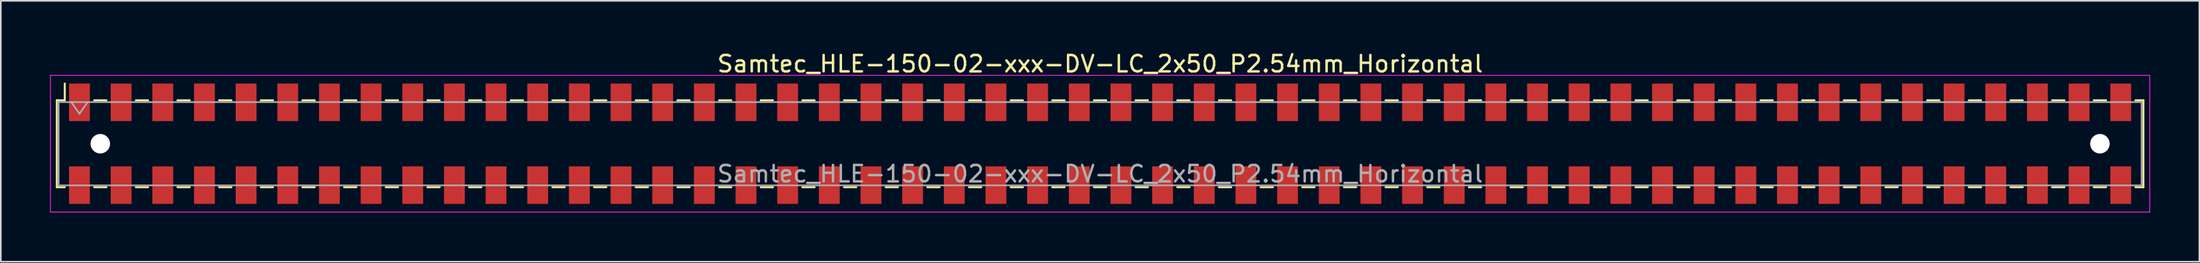
<source format=kicad_pcb>
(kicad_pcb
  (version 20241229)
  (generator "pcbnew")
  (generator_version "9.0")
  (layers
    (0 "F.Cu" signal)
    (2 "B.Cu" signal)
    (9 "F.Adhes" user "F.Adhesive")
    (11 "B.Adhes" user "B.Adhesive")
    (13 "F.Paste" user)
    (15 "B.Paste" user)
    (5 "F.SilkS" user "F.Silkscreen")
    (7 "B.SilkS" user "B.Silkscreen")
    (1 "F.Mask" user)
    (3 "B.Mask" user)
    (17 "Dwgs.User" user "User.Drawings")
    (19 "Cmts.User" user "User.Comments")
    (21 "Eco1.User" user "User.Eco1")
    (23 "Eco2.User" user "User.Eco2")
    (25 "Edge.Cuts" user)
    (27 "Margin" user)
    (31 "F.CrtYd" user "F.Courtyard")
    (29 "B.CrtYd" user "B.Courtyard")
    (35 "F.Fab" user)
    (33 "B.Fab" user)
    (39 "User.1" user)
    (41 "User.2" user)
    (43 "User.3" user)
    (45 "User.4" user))
  (footprint "Samtec_HLE-150-02-xxx-DV-LC_2x50_P2.54mm_Horizontal"
    (layer "F.Cu")
    (at 64.025 5.718)
    (property "Reference" "Samtec_HLE-150-02-xxx-DV-LC_2x50_P2.54mm_Horizontal" (at 0 -4.87 0) (layer "F.SilkS") (effects (font (size 1 1) (thickness 0.15))))
    (attr smd)
    (fp_line (start -63.61 -2.65) (end -63.61 2.65) (stroke (width 0.12) (type solid)) (layer "F.SilkS"))
    (fp_line (start -63.61 2.65) (end -63.125 2.65) (stroke (width 0.12) (type solid)) (layer "F.SilkS"))
    (fp_line (start -63.125 -3.67) (end -63.125 -2.65) (stroke (width 0.12) (type solid)) (layer "F.SilkS"))
    (fp_line (start -63.125 -2.65) (end -63.61 -2.65) (stroke (width 0.12) (type solid)) (layer "F.SilkS"))
    (fp_line (start -61.335 -2.65) (end -60.585 -2.65) (stroke (width 0.12) (type solid)) (layer "F.SilkS"))
    (fp_line (start -61.335 2.65) (end -60.585 2.65) (stroke (width 0.12) (type solid)) (layer "F.SilkS"))
    (fp_line (start -58.795 -2.65) (end -58.045 -2.65) (stroke (width 0.12) (type solid)) (layer "F.SilkS"))
    (fp_line (start -58.795 2.65) (end -58.045 2.65) (stroke (width 0.12) (type solid)) (layer "F.SilkS"))
    (fp_line (start -56.255 -2.65) (end -55.505 -2.65) (stroke (width 0.12) (type solid)) (layer "F.SilkS"))
    (fp_line (start -56.255 2.65) (end -55.505 2.65) (stroke (width 0.12) (type solid)) (layer "F.SilkS"))
    (fp_line (start -53.715 -2.65) (end -52.965 -2.65) (stroke (width 0.12) (type solid)) (layer "F.SilkS"))
    (fp_line (start -53.715 2.65) (end -52.965 2.65) (stroke (width 0.12) (type solid)) (layer "F.SilkS"))
    (fp_line (start -51.175 -2.65) (end -50.425 -2.65) (stroke (width 0.12) (type solid)) (layer "F.SilkS"))
    (fp_line (start -51.175 2.65) (end -50.425 2.65) (stroke (width 0.12) (type solid)) (layer "F.SilkS"))
    (fp_line (start -48.635 -2.65) (end -47.885 -2.65) (stroke (width 0.12) (type solid)) (layer "F.SilkS"))
    (fp_line (start -48.635 2.65) (end -47.885 2.65) (stroke (width 0.12) (type solid)) (layer "F.SilkS"))
    (fp_line (start -46.095 -2.65) (end -45.345 -2.65) (stroke (width 0.12) (type solid)) (layer "F.SilkS"))
    (fp_line (start -46.095 2.65) (end -45.345 2.65) (stroke (width 0.12) (type solid)) (layer "F.SilkS"))
    (fp_line (start -43.555 -2.65) (end -42.805 -2.65) (stroke (width 0.12) (type solid)) (layer "F.SilkS"))
    (fp_line (start -43.555 2.65) (end -42.805 2.65) (stroke (width 0.12) (type solid)) (layer "F.SilkS"))
    (fp_line (start -41.015 -2.65) (end -40.265 -2.65) (stroke (width 0.12) (type solid)) (layer "F.SilkS"))
    (fp_line (start -41.015 2.65) (end -40.265 2.65) (stroke (width 0.12) (type solid)) (layer "F.SilkS"))
    (fp_line (start -38.475 -2.65) (end -37.725 -2.65) (stroke (width 0.12) (type solid)) (layer "F.SilkS"))
    (fp_line (start -38.475 2.65) (end -37.725 2.65) (stroke (width 0.12) (type solid)) (layer "F.SilkS"))
    (fp_line (start -35.935 -2.65) (end -35.185 -2.65) (stroke (width 0.12) (type solid)) (layer "F.SilkS"))
    (fp_line (start -35.935 2.65) (end -35.185 2.65) (stroke (width 0.12) (type solid)) (layer "F.SilkS"))
    (fp_line (start -33.395 -2.65) (end -32.645 -2.65) (stroke (width 0.12) (type solid)) (layer "F.SilkS"))
    (fp_line (start -33.395 2.65) (end -32.645 2.65) (stroke (width 0.12) (type solid)) (layer "F.SilkS"))
    (fp_line (start -30.855 -2.65) (end -30.105 -2.65) (stroke (width 0.12) (type solid)) (layer "F.SilkS"))
    (fp_line (start -30.855 2.65) (end -30.105 2.65) (stroke (width 0.12) (type solid)) (layer "F.SilkS"))
    (fp_line (start -28.315 -2.65) (end -27.565 -2.65) (stroke (width 0.12) (type solid)) (layer "F.SilkS"))
    (fp_line (start -28.315 2.65) (end -27.565 2.65) (stroke (width 0.12) (type solid)) (layer "F.SilkS"))
    (fp_line (start -25.775 -2.65) (end -25.025 -2.65) (stroke (width 0.12) (type solid)) (layer "F.SilkS"))
    (fp_line (start -25.775 2.65) (end -25.025 2.65) (stroke (width 0.12) (type solid)) (layer "F.SilkS"))
    (fp_line (start -23.235 -2.65) (end -22.485 -2.65) (stroke (width 0.12) (type solid)) (layer "F.SilkS"))
    (fp_line (start -23.235 2.65) (end -22.485 2.65) (stroke (width 0.12) (type solid)) (layer "F.SilkS"))
    (fp_line (start -20.695 -2.65) (end -19.945 -2.65) (stroke (width 0.12) (type solid)) (layer "F.SilkS"))
    (fp_line (start -20.695 2.65) (end -19.945 2.65) (stroke (width 0.12) (type solid)) (layer "F.SilkS"))
    (fp_line (start -18.155 -2.65) (end -17.405 -2.65) (stroke (width 0.12) (type solid)) (layer "F.SilkS"))
    (fp_line (start -18.155 2.65) (end -17.405 2.65) (stroke (width 0.12) (type solid)) (layer "F.SilkS"))
    (fp_line (start -15.615 -2.65) (end -14.865 -2.65) (stroke (width 0.12) (type solid)) (layer "F.SilkS"))
    (fp_line (start -15.615 2.65) (end -14.865 2.65) (stroke (width 0.12) (type solid)) (layer "F.SilkS"))
    (fp_line (start -13.075 -2.65) (end -12.325 -2.65) (stroke (width 0.12) (type solid)) (layer "F.SilkS"))
    (fp_line (start -13.075 2.65) (end -12.325 2.65) (stroke (width 0.12) (type solid)) (layer "F.SilkS"))
    (fp_line (start -10.535 -2.65) (end -9.785 -2.65) (stroke (width 0.12) (type solid)) (layer "F.SilkS"))
    (fp_line (start -10.535 2.65) (end -9.785 2.65) (stroke (width 0.12) (type solid)) (layer "F.SilkS"))
    (fp_line (start -7.995 -2.65) (end -7.245 -2.65) (stroke (width 0.12) (type solid)) (layer "F.SilkS"))
    (fp_line (start -7.995 2.65) (end -7.245 2.65) (stroke (width 0.12) (type solid)) (layer "F.SilkS"))
    (fp_line (start -5.455 -2.65) (end -4.705 -2.65) (stroke (width 0.12) (type solid)) (layer "F.SilkS"))
    (fp_line (start -5.455 2.65) (end -4.705 2.65) (stroke (width 0.12) (type solid)) (layer "F.SilkS"))
    (fp_line (start -2.915 -2.65) (end -2.165 -2.65) (stroke (width 0.12) (type solid)) (layer "F.SilkS"))
    (fp_line (start -2.915 2.65) (end -2.165 2.65) (stroke (width 0.12) (type solid)) (layer "F.SilkS"))
    (fp_line (start -0.375 -2.65) (end 0.375 -2.65) (stroke (width 0.12) (type solid)) (layer "F.SilkS"))
    (fp_line (start -0.375 2.65) (end 0.375 2.65) (stroke (width 0.12) (type solid)) (layer "F.SilkS"))
    (fp_line (start 2.165 -2.65) (end 2.915 -2.65) (stroke (width 0.12) (type solid)) (layer "F.SilkS"))
    (fp_line (start 2.165 2.65) (end 2.915 2.65) (stroke (width 0.12) (type solid)) (layer "F.SilkS"))
    (fp_line (start 4.705 -2.65) (end 5.455 -2.65) (stroke (width 0.12) (type solid)) (layer "F.SilkS"))
    (fp_line (start 4.705 2.65) (end 5.455 2.65) (stroke (width 0.12) (type solid)) (layer "F.SilkS"))
    (fp_line (start 7.245 -2.65) (end 7.995 -2.65) (stroke (width 0.12) (type solid)) (layer "F.SilkS"))
    (fp_line (start 7.245 2.65) (end 7.995 2.65) (stroke (width 0.12) (type solid)) (layer "F.SilkS"))
    (fp_line (start 9.785 -2.65) (end 10.535 -2.65) (stroke (width 0.12) (type solid)) (layer "F.SilkS"))
    (fp_line (start 9.785 2.65) (end 10.535 2.65) (stroke (width 0.12) (type solid)) (layer "F.SilkS"))
    (fp_line (start 12.325 -2.65) (end 13.075 -2.65) (stroke (width 0.12) (type solid)) (layer "F.SilkS"))
    (fp_line (start 12.325 2.65) (end 13.075 2.65) (stroke (width 0.12) (type solid)) (layer "F.SilkS"))
    (fp_line (start 14.865 -2.65) (end 15.615 -2.65) (stroke (width 0.12) (type solid)) (layer "F.SilkS"))
    (fp_line (start 14.865 2.65) (end 15.615 2.65) (stroke (width 0.12) (type solid)) (layer "F.SilkS"))
    (fp_line (start 17.405 -2.65) (end 18.155 -2.65) (stroke (width 0.12) (type solid)) (layer "F.SilkS"))
    (fp_line (start 17.405 2.65) (end 18.155 2.65) (stroke (width 0.12) (type solid)) (layer "F.SilkS"))
    (fp_line (start 19.945 -2.65) (end 20.695 -2.65) (stroke (width 0.12) (type solid)) (layer "F.SilkS"))
    (fp_line (start 19.945 2.65) (end 20.695 2.65) (stroke (width 0.12) (type solid)) (layer "F.SilkS"))
    (fp_line (start 22.485 -2.65) (end 23.235 -2.65) (stroke (width 0.12) (type solid)) (layer "F.SilkS"))
    (fp_line (start 22.485 2.65) (end 23.235 2.65) (stroke (width 0.12) (type solid)) (layer "F.SilkS"))
    (fp_line (start 25.025 -2.65) (end 25.775 -2.65) (stroke (width 0.12) (type solid)) (layer "F.SilkS"))
    (fp_line (start 25.025 2.65) (end 25.775 2.65) (stroke (width 0.12) (type solid)) (layer "F.SilkS"))
    (fp_line (start 27.565 -2.65) (end 28.315 -2.65) (stroke (width 0.12) (type solid)) (layer "F.SilkS"))
    (fp_line (start 27.565 2.65) (end 28.315 2.65) (stroke (width 0.12) (type solid)) (layer "F.SilkS"))
    (fp_line (start 30.105 -2.65) (end 30.855 -2.65) (stroke (width 0.12) (type solid)) (layer "F.SilkS"))
    (fp_line (start 30.105 2.65) (end 30.855 2.65) (stroke (width 0.12) (type solid)) (layer "F.SilkS"))
    (fp_line (start 32.645 -2.65) (end 33.395 -2.65) (stroke (width 0.12) (type solid)) (layer "F.SilkS"))
    (fp_line (start 32.645 2.65) (end 33.395 2.65) (stroke (width 0.12) (type solid)) (layer "F.SilkS"))
    (fp_line (start 35.185 -2.65) (end 35.935 -2.65) (stroke (width 0.12) (type solid)) (layer "F.SilkS"))
    (fp_line (start 35.185 2.65) (end 35.935 2.65) (stroke (width 0.12) (type solid)) (layer "F.SilkS"))
    (fp_line (start 37.725 -2.65) (end 38.475 -2.65) (stroke (width 0.12) (type solid)) (layer "F.SilkS"))
    (fp_line (start 37.725 2.65) (end 38.475 2.65) (stroke (width 0.12) (type solid)) (layer "F.SilkS"))
    (fp_line (start 40.265 -2.65) (end 41.015 -2.65) (stroke (width 0.12) (type solid)) (layer "F.SilkS"))
    (fp_line (start 40.265 2.65) (end 41.015 2.65) (stroke (width 0.12) (type solid)) (layer "F.SilkS"))
    (fp_line (start 42.805 -2.65) (end 43.555 -2.65) (stroke (width 0.12) (type solid)) (layer "F.SilkS"))
    (fp_line (start 42.805 2.65) (end 43.555 2.65) (stroke (width 0.12) (type solid)) (layer "F.SilkS"))
    (fp_line (start 45.345 -2.65) (end 46.095 -2.65) (stroke (width 0.12) (type solid)) (layer "F.SilkS"))
    (fp_line (start 45.345 2.65) (end 46.095 2.65) (stroke (width 0.12) (type solid)) (layer "F.SilkS"))
    (fp_line (start 47.885 -2.65) (end 48.635 -2.65) (stroke (width 0.12) (type solid)) (layer "F.SilkS"))
    (fp_line (start 47.885 2.65) (end 48.635 2.65) (stroke (width 0.12) (type solid)) (layer "F.SilkS"))
    (fp_line (start 50.425 -2.65) (end 51.175 -2.65) (stroke (width 0.12) (type solid)) (layer "F.SilkS"))
    (fp_line (start 50.425 2.65) (end 51.175 2.65) (stroke (width 0.12) (type solid)) (layer "F.SilkS"))
    (fp_line (start 52.965 -2.65) (end 53.715 -2.65) (stroke (width 0.12) (type solid)) (layer "F.SilkS"))
    (fp_line (start 52.965 2.65) (end 53.715 2.65) (stroke (width 0.12) (type solid)) (layer "F.SilkS"))
    (fp_line (start 55.505 -2.65) (end 56.255 -2.65) (stroke (width 0.12) (type solid)) (layer "F.SilkS"))
    (fp_line (start 55.505 2.65) (end 56.255 2.65) (stroke (width 0.12) (type solid)) (layer "F.SilkS"))
    (fp_line (start 58.045 -2.65) (end 58.795 -2.65) (stroke (width 0.12) (type solid)) (layer "F.SilkS"))
    (fp_line (start 58.045 2.65) (end 58.795 2.65) (stroke (width 0.12) (type solid)) (layer "F.SilkS"))
    (fp_line (start 60.585 -2.65) (end 61.335 -2.65) (stroke (width 0.12) (type solid)) (layer "F.SilkS"))
    (fp_line (start 60.585 2.65) (end 61.335 2.65) (stroke (width 0.12) (type solid)) (layer "F.SilkS"))
    (fp_line (start 63.125 -2.65) (end 63.61 -2.65) (stroke (width 0.12) (type solid)) (layer "F.SilkS"))
    (fp_line (start 63.61 -2.65) (end 63.61 2.65) (stroke (width 0.12) (type solid)) (layer "F.SilkS"))
    (fp_line (start 63.61 2.65) (end 63.125 2.65) (stroke (width 0.12) (type solid)) (layer "F.SilkS"))
    (fp_line (start -64 -4.17) (end 64 -4.17) (stroke (width 0.05) (type solid)) (layer "F.CrtYd"))
    (fp_line (start -64 4.17) (end -64 -4.17) (stroke (width 0.05) (type solid)) (layer "F.CrtYd"))
    (fp_line (start 64 -4.17) (end 64 4.17) (stroke (width 0.05) (type solid)) (layer "F.CrtYd"))
    (fp_line (start 64 4.17) (end -64 4.17) (stroke (width 0.05) (type solid)) (layer "F.CrtYd"))
    (fp_line (start -63.5 -2.54) (end 63.5 -2.54) (stroke (width 0.1) (type solid)) (layer "F.Fab"))
    (fp_line (start -63.5 2.54) (end -63.5 -2.54) (stroke (width 0.1) (type solid)) (layer "F.Fab"))
    (fp_line (start -62.73 -2.54) (end -62.23 -1.833) (stroke (width 0.1) (type solid)) (layer "F.Fab"))
    (fp_line (start -62.23 -1.833) (end -61.73 -2.54) (stroke (width 0.1) (type solid)) (layer "F.Fab"))
    (fp_line (start 63.5 -2.54) (end 63.5 2.54) (stroke (width 0.1) (type solid)) (layer "F.Fab"))
    (fp_line (start 63.5 2.54) (end -63.5 2.54) (stroke (width 0.1) (type solid)) (layer "F.Fab"))
    (fp_text user "${REFERENCE}" (at 0 1.84 0) (layer "F.Fab") (effects (font (size 1 1) (thickness 0.15))))
    (pad "" np_thru_hole circle (at -60.96 0) (size 1.19 1.19) (drill 1.19) (layers "*.Cu" "*.Mask"))
    (pad "" np_thru_hole circle (at 60.96 0) (size 1.19 1.19) (drill 1.19) (layers "*.Cu" "*.Mask"))
    (pad "1" smd rect (at -62.23 -2.525) (size 1.27 2.29) (layers "F.Cu" "F.Mask" "F.Paste"))
    (pad "2" smd rect (at -62.23 2.525) (size 1.27 2.29) (layers "F.Cu" "F.Mask" "F.Paste"))
    (pad "3" smd rect (at -59.69 -2.525) (size 1.27 2.29) (layers "F.Cu" "F.Mask" "F.Paste"))
    (pad "4" smd rect (at -59.69 2.525) (size 1.27 2.29) (layers "F.Cu" "F.Mask" "F.Paste"))
    (pad "5" smd rect (at -57.15 -2.525) (size 1.27 2.29) (layers "F.Cu" "F.Mask" "F.Paste"))
    (pad "6" smd rect (at -57.15 2.525) (size 1.27 2.29) (layers "F.Cu" "F.Mask" "F.Paste"))
    (pad "7" smd rect (at -54.61 -2.525) (size 1.27 2.29) (layers "F.Cu" "F.Mask" "F.Paste"))
    (pad "8" smd rect (at -54.61 2.525) (size 1.27 2.29) (layers "F.Cu" "F.Mask" "F.Paste"))
    (pad "9" smd rect (at -52.07 -2.525) (size 1.27 2.29) (layers "F.Cu" "F.Mask" "F.Paste"))
    (pad "10" smd rect (at -52.07 2.525) (size 1.27 2.29) (layers "F.Cu" "F.Mask" "F.Paste"))
    (pad "11" smd rect (at -49.53 -2.525) (size 1.27 2.29) (layers "F.Cu" "F.Mask" "F.Paste"))
    (pad "12" smd rect (at -49.53 2.525) (size 1.27 2.29) (layers "F.Cu" "F.Mask" "F.Paste"))
    (pad "13" smd rect (at -46.99 -2.525) (size 1.27 2.29) (layers "F.Cu" "F.Mask" "F.Paste"))
    (pad "14" smd rect (at -46.99 2.525) (size 1.27 2.29) (layers "F.Cu" "F.Mask" "F.Paste"))
    (pad "15" smd rect (at -44.45 -2.525) (size 1.27 2.29) (layers "F.Cu" "F.Mask" "F.Paste"))
    (pad "16" smd rect (at -44.45 2.525) (size 1.27 2.29) (layers "F.Cu" "F.Mask" "F.Paste"))
    (pad "17" smd rect (at -41.91 -2.525) (size 1.27 2.29) (layers "F.Cu" "F.Mask" "F.Paste"))
    (pad "18" smd rect (at -41.91 2.525) (size 1.27 2.29) (layers "F.Cu" "F.Mask" "F.Paste"))
    (pad "19" smd rect (at -39.37 -2.525) (size 1.27 2.29) (layers "F.Cu" "F.Mask" "F.Paste"))
    (pad "20" smd rect (at -39.37 2.525) (size 1.27 2.29) (layers "F.Cu" "F.Mask" "F.Paste"))
    (pad "21" smd rect (at -36.83 -2.525) (size 1.27 2.29) (layers "F.Cu" "F.Mask" "F.Paste"))
    (pad "22" smd rect (at -36.83 2.525) (size 1.27 2.29) (layers "F.Cu" "F.Mask" "F.Paste"))
    (pad "23" smd rect (at -34.29 -2.525) (size 1.27 2.29) (layers "F.Cu" "F.Mask" "F.Paste"))
    (pad "24" smd rect (at -34.29 2.525) (size 1.27 2.29) (layers "F.Cu" "F.Mask" "F.Paste"))
    (pad "25" smd rect (at -31.75 -2.525) (size 1.27 2.29) (layers "F.Cu" "F.Mask" "F.Paste"))
    (pad "26" smd rect (at -31.75 2.525) (size 1.27 2.29) (layers "F.Cu" "F.Mask" "F.Paste"))
    (pad "27" smd rect (at -29.21 -2.525) (size 1.27 2.29) (layers "F.Cu" "F.Mask" "F.Paste"))
    (pad "28" smd rect (at -29.21 2.525) (size 1.27 2.29) (layers "F.Cu" "F.Mask" "F.Paste"))
    (pad "29" smd rect (at -26.67 -2.525) (size 1.27 2.29) (layers "F.Cu" "F.Mask" "F.Paste"))
    (pad "30" smd rect (at -26.67 2.525) (size 1.27 2.29) (layers "F.Cu" "F.Mask" "F.Paste"))
    (pad "31" smd rect (at -24.13 -2.525) (size 1.27 2.29) (layers "F.Cu" "F.Mask" "F.Paste"))
    (pad "32" smd rect (at -24.13 2.525) (size 1.27 2.29) (layers "F.Cu" "F.Mask" "F.Paste"))
    (pad "33" smd rect (at -21.59 -2.525) (size 1.27 2.29) (layers "F.Cu" "F.Mask" "F.Paste"))
    (pad "34" smd rect (at -21.59 2.525) (size 1.27 2.29) (layers "F.Cu" "F.Mask" "F.Paste"))
    (pad "35" smd rect (at -19.05 -2.525) (size 1.27 2.29) (layers "F.Cu" "F.Mask" "F.Paste"))
    (pad "36" smd rect (at -19.05 2.525) (size 1.27 2.29) (layers "F.Cu" "F.Mask" "F.Paste"))
    (pad "37" smd rect (at -16.51 -2.525) (size 1.27 2.29) (layers "F.Cu" "F.Mask" "F.Paste"))
    (pad "38" smd rect (at -16.51 2.525) (size 1.27 2.29) (layers "F.Cu" "F.Mask" "F.Paste"))
    (pad "39" smd rect (at -13.97 -2.525) (size 1.27 2.29) (layers "F.Cu" "F.Mask" "F.Paste"))
    (pad "40" smd rect (at -13.97 2.525) (size 1.27 2.29) (layers "F.Cu" "F.Mask" "F.Paste"))
    (pad "41" smd rect (at -11.43 -2.525) (size 1.27 2.29) (layers "F.Cu" "F.Mask" "F.Paste"))
    (pad "42" smd rect (at -11.43 2.525) (size 1.27 2.29) (layers "F.Cu" "F.Mask" "F.Paste"))
    (pad "43" smd rect (at -8.89 -2.525) (size 1.27 2.29) (layers "F.Cu" "F.Mask" "F.Paste"))
    (pad "44" smd rect (at -8.89 2.525) (size 1.27 2.29) (layers "F.Cu" "F.Mask" "F.Paste"))
    (pad "45" smd rect (at -6.35 -2.525) (size 1.27 2.29) (layers "F.Cu" "F.Mask" "F.Paste"))
    (pad "46" smd rect (at -6.35 2.525) (size 1.27 2.29) (layers "F.Cu" "F.Mask" "F.Paste"))
    (pad "47" smd rect (at -3.81 -2.525) (size 1.27 2.29) (layers "F.Cu" "F.Mask" "F.Paste"))
    (pad "48" smd rect (at -3.81 2.525) (size 1.27 2.29) (layers "F.Cu" "F.Mask" "F.Paste"))
    (pad "49" smd rect (at -1.27 -2.525) (size 1.27 2.29) (layers "F.Cu" "F.Mask" "F.Paste"))
    (pad "50" smd rect (at -1.27 2.525) (size 1.27 2.29) (layers "F.Cu" "F.Mask" "F.Paste"))
    (pad "51" smd rect (at 1.27 -2.525) (size 1.27 2.29) (layers "F.Cu" "F.Mask" "F.Paste"))
    (pad "52" smd rect (at 1.27 2.525) (size 1.27 2.29) (layers "F.Cu" "F.Mask" "F.Paste"))
    (pad "53" smd rect (at 3.81 -2.525) (size 1.27 2.29) (layers "F.Cu" "F.Mask" "F.Paste"))
    (pad "54" smd rect (at 3.81 2.525) (size 1.27 2.29) (layers "F.Cu" "F.Mask" "F.Paste"))
    (pad "55" smd rect (at 6.35 -2.525) (size 1.27 2.29) (layers "F.Cu" "F.Mask" "F.Paste"))
    (pad "56" smd rect (at 6.35 2.525) (size 1.27 2.29) (layers "F.Cu" "F.Mask" "F.Paste"))
    (pad "57" smd rect (at 8.89 -2.525) (size 1.27 2.29) (layers "F.Cu" "F.Mask" "F.Paste"))
    (pad "58" smd rect (at 8.89 2.525) (size 1.27 2.29) (layers "F.Cu" "F.Mask" "F.Paste"))
    (pad "59" smd rect (at 11.43 -2.525) (size 1.27 2.29) (layers "F.Cu" "F.Mask" "F.Paste"))
    (pad "60" smd rect (at 11.43 2.525) (size 1.27 2.29) (layers "F.Cu" "F.Mask" "F.Paste"))
    (pad "61" smd rect (at 13.97 -2.525) (size 1.27 2.29) (layers "F.Cu" "F.Mask" "F.Paste"))
    (pad "62" smd rect (at 13.97 2.525) (size 1.27 2.29) (layers "F.Cu" "F.Mask" "F.Paste"))
    (pad "63" smd rect (at 16.51 -2.525) (size 1.27 2.29) (layers "F.Cu" "F.Mask" "F.Paste"))
    (pad "64" smd rect (at 16.51 2.525) (size 1.27 2.29) (layers "F.Cu" "F.Mask" "F.Paste"))
    (pad "65" smd rect (at 19.05 -2.525) (size 1.27 2.29) (layers "F.Cu" "F.Mask" "F.Paste"))
    (pad "66" smd rect (at 19.05 2.525) (size 1.27 2.29) (layers "F.Cu" "F.Mask" "F.Paste"))
    (pad "67" smd rect (at 21.59 -2.525) (size 1.27 2.29) (layers "F.Cu" "F.Mask" "F.Paste"))
    (pad "68" smd rect (at 21.59 2.525) (size 1.27 2.29) (layers "F.Cu" "F.Mask" "F.Paste"))
    (pad "69" smd rect (at 24.13 -2.525) (size 1.27 2.29) (layers "F.Cu" "F.Mask" "F.Paste"))
    (pad "70" smd rect (at 24.13 2.525) (size 1.27 2.29) (layers "F.Cu" "F.Mask" "F.Paste"))
    (pad "71" smd rect (at 26.67 -2.525) (size 1.27 2.29) (layers "F.Cu" "F.Mask" "F.Paste"))
    (pad "72" smd rect (at 26.67 2.525) (size 1.27 2.29) (layers "F.Cu" "F.Mask" "F.Paste"))
    (pad "73" smd rect (at 29.21 -2.525) (size 1.27 2.29) (layers "F.Cu" "F.Mask" "F.Paste"))
    (pad "74" smd rect (at 29.21 2.525) (size 1.27 2.29) (layers "F.Cu" "F.Mask" "F.Paste"))
    (pad "75" smd rect (at 31.75 -2.525) (size 1.27 2.29) (layers "F.Cu" "F.Mask" "F.Paste"))
    (pad "76" smd rect (at 31.75 2.525) (size 1.27 2.29) (layers "F.Cu" "F.Mask" "F.Paste"))
    (pad "77" smd rect (at 34.29 -2.525) (size 1.27 2.29) (layers "F.Cu" "F.Mask" "F.Paste"))
    (pad "78" smd rect (at 34.29 2.525) (size 1.27 2.29) (layers "F.Cu" "F.Mask" "F.Paste"))
    (pad "79" smd rect (at 36.83 -2.525) (size 1.27 2.29) (layers "F.Cu" "F.Mask" "F.Paste"))
    (pad "80" smd rect (at 36.83 2.525) (size 1.27 2.29) (layers "F.Cu" "F.Mask" "F.Paste"))
    (pad "81" smd rect (at 39.37 -2.525) (size 1.27 2.29) (layers "F.Cu" "F.Mask" "F.Paste"))
    (pad "82" smd rect (at 39.37 2.525) (size 1.27 2.29) (layers "F.Cu" "F.Mask" "F.Paste"))
    (pad "83" smd rect (at 41.91 -2.525) (size 1.27 2.29) (layers "F.Cu" "F.Mask" "F.Paste"))
    (pad "84" smd rect (at 41.91 2.525) (size 1.27 2.29) (layers "F.Cu" "F.Mask" "F.Paste"))
    (pad "85" smd rect (at 44.45 -2.525) (size 1.27 2.29) (layers "F.Cu" "F.Mask" "F.Paste"))
    (pad "86" smd rect (at 44.45 2.525) (size 1.27 2.29) (layers "F.Cu" "F.Mask" "F.Paste"))
    (pad "87" smd rect (at 46.99 -2.525) (size 1.27 2.29) (layers "F.Cu" "F.Mask" "F.Paste"))
    (pad "88" smd rect (at 46.99 2.525) (size 1.27 2.29) (layers "F.Cu" "F.Mask" "F.Paste"))
    (pad "89" smd rect (at 49.53 -2.525) (size 1.27 2.29) (layers "F.Cu" "F.Mask" "F.Paste"))
    (pad "90" smd rect (at 49.53 2.525) (size 1.27 2.29) (layers "F.Cu" "F.Mask" "F.Paste"))
    (pad "91" smd rect (at 52.07 -2.525) (size 1.27 2.29) (layers "F.Cu" "F.Mask" "F.Paste"))
    (pad "92" smd rect (at 52.07 2.525) (size 1.27 2.29) (layers "F.Cu" "F.Mask" "F.Paste"))
    (pad "93" smd rect (at 54.61 -2.525) (size 1.27 2.29) (layers "F.Cu" "F.Mask" "F.Paste"))
    (pad "94" smd rect (at 54.61 2.525) (size 1.27 2.29) (layers "F.Cu" "F.Mask" "F.Paste"))
    (pad "95" smd rect (at 57.15 -2.525) (size 1.27 2.29) (layers "F.Cu" "F.Mask" "F.Paste"))
    (pad "96" smd rect (at 57.15 2.525) (size 1.27 2.29) (layers "F.Cu" "F.Mask" "F.Paste"))
    (pad "97" smd rect (at 59.69 -2.525) (size 1.27 2.29) (layers "F.Cu" "F.Mask" "F.Paste"))
    (pad "98" smd rect (at 59.69 2.525) (size 1.27 2.29) (layers "F.Cu" "F.Mask" "F.Paste"))
    (pad "99" smd rect (at 62.23 -2.525) (size 1.27 2.29) (layers "F.Cu" "F.Mask" "F.Paste"))
    (pad "100" smd rect (at 62.23 2.525) (size 1.27 2.29) (layers "F.Cu" "F.Mask" "F.Paste")))
  (gr_rect
    (start -3 -3)
    (end 131.05 12.913)
    (stroke (width 0.1) (type default))
    (fill no)
    (layer "Edge.Cuts")))
</source>
